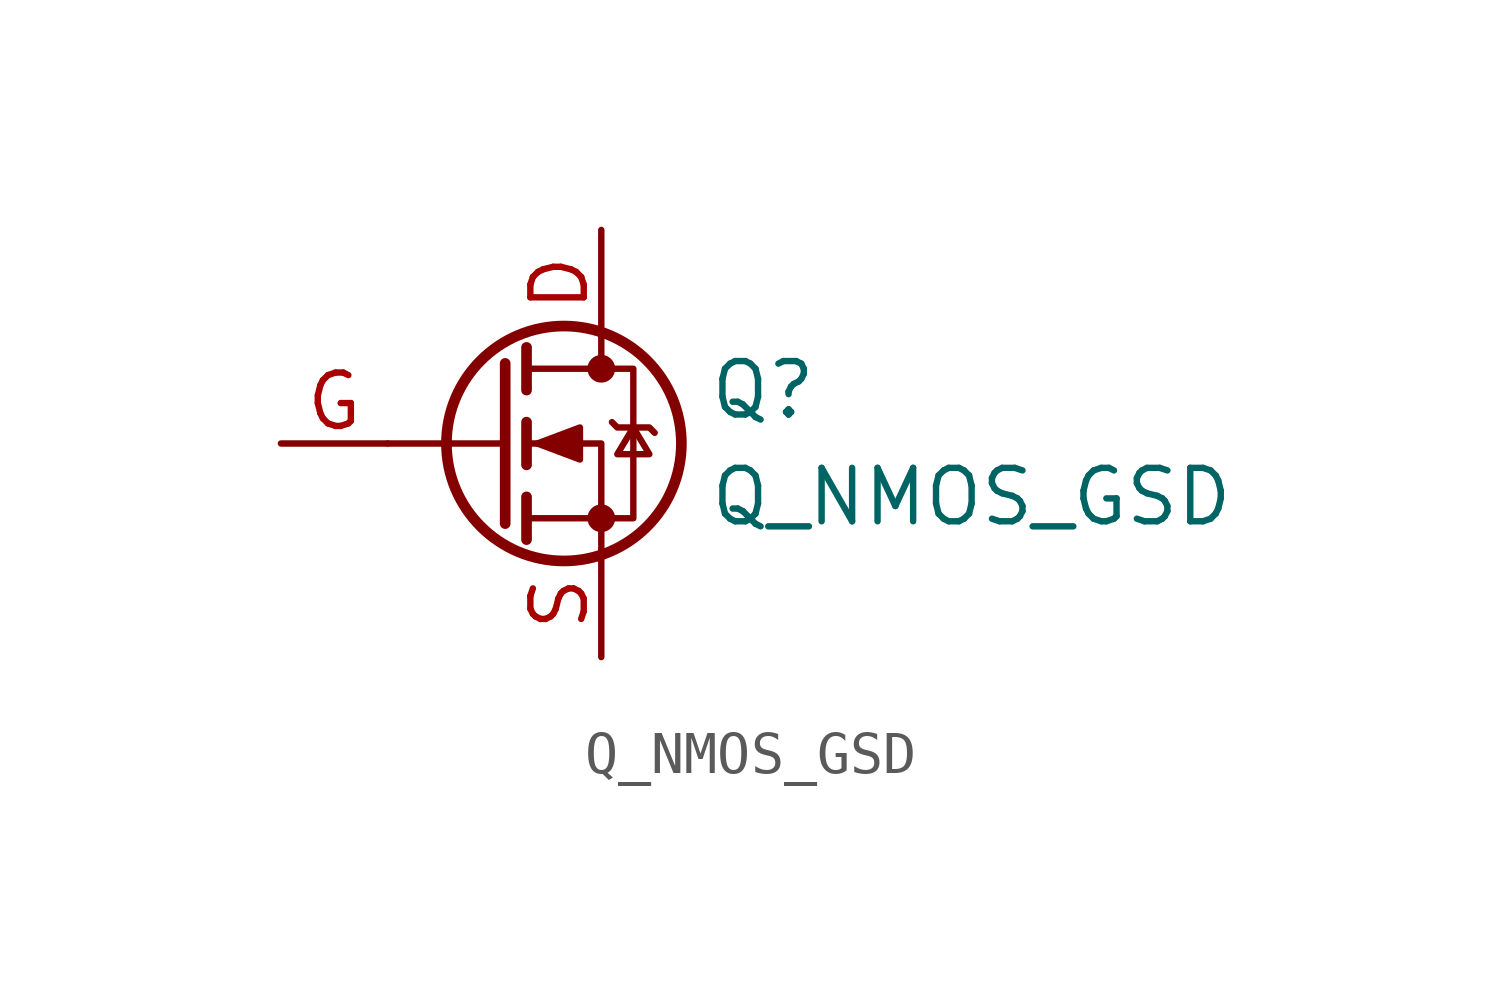
<source format=kicad_sym>
(kicad_symbol_lib
  (version 20230620)
  (generator kicad_symbol_editor)
  (symbol "Q_NMOS_GSD"
    (pin_names
      (offset 0) hide)
    (property "Reference" "Q"
      (at 5.08 1.27 0)
      (effects (font (size 1.27 1.27)) (justify left)))
    (property "Value" "Q_NMOS_GSD"
      (at 5.08 -1.27 0)
      (effects (font (size 1.27 1.27)) (justify left)))
    (symbol "Q_NMOS_GSD_0_1"
      (polyline (pts (xy 0.254 0) (xy -2.54 0)) (stroke (width 0) (type default)) (fill (type none)))
      (polyline (pts (xy 0.254 1.905) (xy 0.254 -1.905)) (stroke (width 0.254) (type default)) (fill (type none)))
      (polyline (pts (xy 0.762 -1.27) (xy 0.762 -2.286)) (stroke (width 0.254) (type default)) (fill (type none)))
      (polyline (pts (xy 0.762 0.508) (xy 0.762 -0.508)) (stroke (width 0.254) (type default)) (fill (type none)))
      (polyline (pts (xy 0.762 2.286) (xy 0.762 1.27)) (stroke (width 0.254) (type default)) (fill (type none)))
      (polyline (pts (xy 2.54 2.54) (xy 2.54 1.778)) (stroke (width 0) (type default)) (fill (type none)))
      (polyline (pts (xy 2.54 -2.54) (xy 2.54 0) (xy 0.762 0)) (stroke (width 0) (type default)) (fill (type none)))
      (polyline (pts (xy 0.762 -1.778) (xy 3.302 -1.778) (xy 3.302 1.778) (xy 0.762 1.778)) (stroke (width 0) (type default)) (fill (type none)))
      (polyline (pts (xy 1.016 0) (xy 2.032 0.381) (xy 2.032 -0.381) (xy 1.016 0)) (stroke (width 0) (type default)) (fill (type outline)))
      (polyline (pts (xy 2.794 0.508) (xy 2.921 0.381) (xy 3.683 0.381) (xy 3.81 0.254)) (stroke (width 0) (type default)) (fill (type none)))
      (polyline (pts (xy 3.302 0.381) (xy 2.921 -0.254) (xy 3.683 -0.254) (xy 3.302 0.381)) (stroke (width 0) (type default)) (fill (type none)))
      (circle (center 1.651 0) (radius 2.794) (stroke (width 0.254) (type default)) (fill (type none)))
      (circle (center 2.54 -1.778) (radius 0.254) (stroke (width 0) (type default)) (fill (type outline)))
      (circle (center 2.54 1.778) (radius 0.254) (stroke (width 0) (type default)) (fill (type outline))))
    (symbol "Q_NMOS_GSD_1_1"
      (pin passive line (at 2.54 5.08 270) (length 2.54) (name "D" (effects (font (size 1.27 1.27)))) (number "D" (effects (font (size 1.27 1.27)))))
      (pin input line (at -5.08 0 0) (length 2.54) (name "G" (effects (font (size 1.27 1.27)))) (number "G" (effects (font (size 1.27 1.27)))))
      (pin passive line (at 2.54 -5.08 90) (length 2.54) (name "S" (effects (font (size 1.27 1.27)))) (number "S" (effects (font (size 1.27 1.27))))))))
</source>
